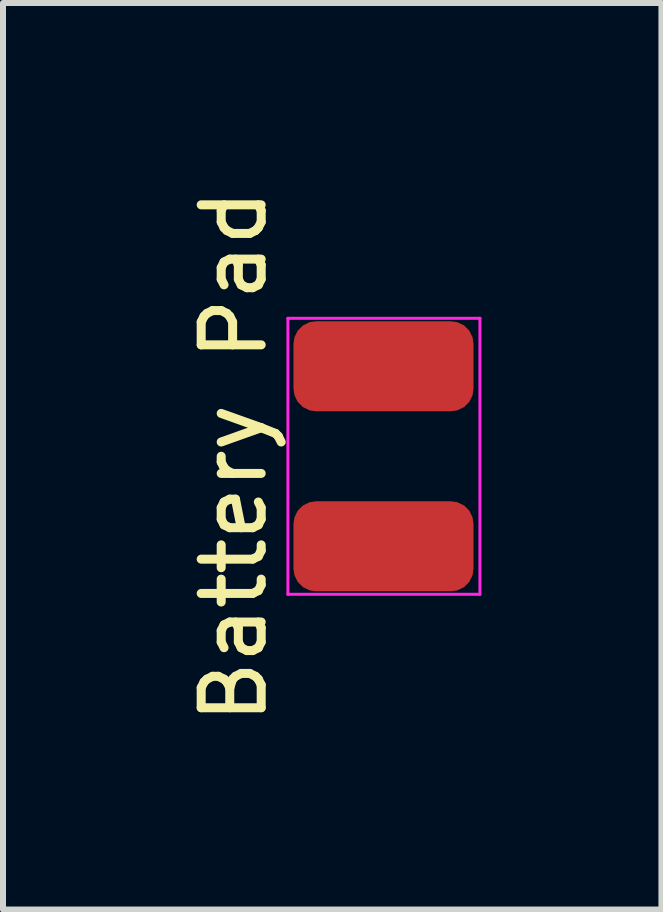
<source format=kicad_pcb>
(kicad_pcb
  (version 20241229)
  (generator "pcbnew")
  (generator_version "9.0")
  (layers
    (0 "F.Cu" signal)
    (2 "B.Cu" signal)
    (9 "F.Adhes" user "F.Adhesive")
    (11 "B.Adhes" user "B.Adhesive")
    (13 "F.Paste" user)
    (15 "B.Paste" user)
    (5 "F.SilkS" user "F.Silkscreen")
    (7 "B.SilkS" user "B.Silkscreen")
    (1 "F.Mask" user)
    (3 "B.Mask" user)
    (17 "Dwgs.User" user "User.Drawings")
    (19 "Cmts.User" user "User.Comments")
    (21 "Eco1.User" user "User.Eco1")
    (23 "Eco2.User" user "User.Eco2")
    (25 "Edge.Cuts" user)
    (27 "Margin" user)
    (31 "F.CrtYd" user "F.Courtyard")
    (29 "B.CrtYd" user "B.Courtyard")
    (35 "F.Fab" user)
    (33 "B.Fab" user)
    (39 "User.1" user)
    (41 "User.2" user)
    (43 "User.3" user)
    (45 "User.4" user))
  (footprint "Battery Pad"
    (layer "F.Cu")
    (at 3.348 4.554)
    (property "Reference" "Battery Pad" (at -2.5 0 270) (layer "F.SilkS") (effects (font (size 1 1) (thickness 0.15))))
    (attr through_hole)
    (fp_line (start -1.6 -2.3) (end -1.6 2.3) (stroke (width 0.05) (type solid)) (layer "F.CrtYd"))
    (fp_line (start -1.6 2.3) (end 1.6 2.3) (stroke (width 0.05) (type solid)) (layer "F.CrtYd"))
    (fp_line (start 1.6 -2.3) (end -1.6 -2.3) (stroke (width 0.05) (type solid)) (layer "F.CrtYd"))
    (fp_line (start 1.6 2.3) (end 1.6 -2.3) (stroke (width 0.05) (type solid)) (layer "F.CrtYd"))
    (pad "1" smd roundrect (at -0.007 1.5 180) (size 3 1.5) (layers "F.Cu" "F.Mask" "F.Paste") (roundrect_rratio 0.25))
    (pad "2" smd roundrect (at -0.007 -1.5 180) (size 3 1.5) (layers "F.Cu" "F.Mask" "F.Paste") (roundrect_rratio 0.25)))
  (gr_rect
    (start -3 -3)
    (end 7.973 12.107)
    (stroke (width 0.1) (type default))
    (fill no)
    (layer "Edge.Cuts")))
</source>
